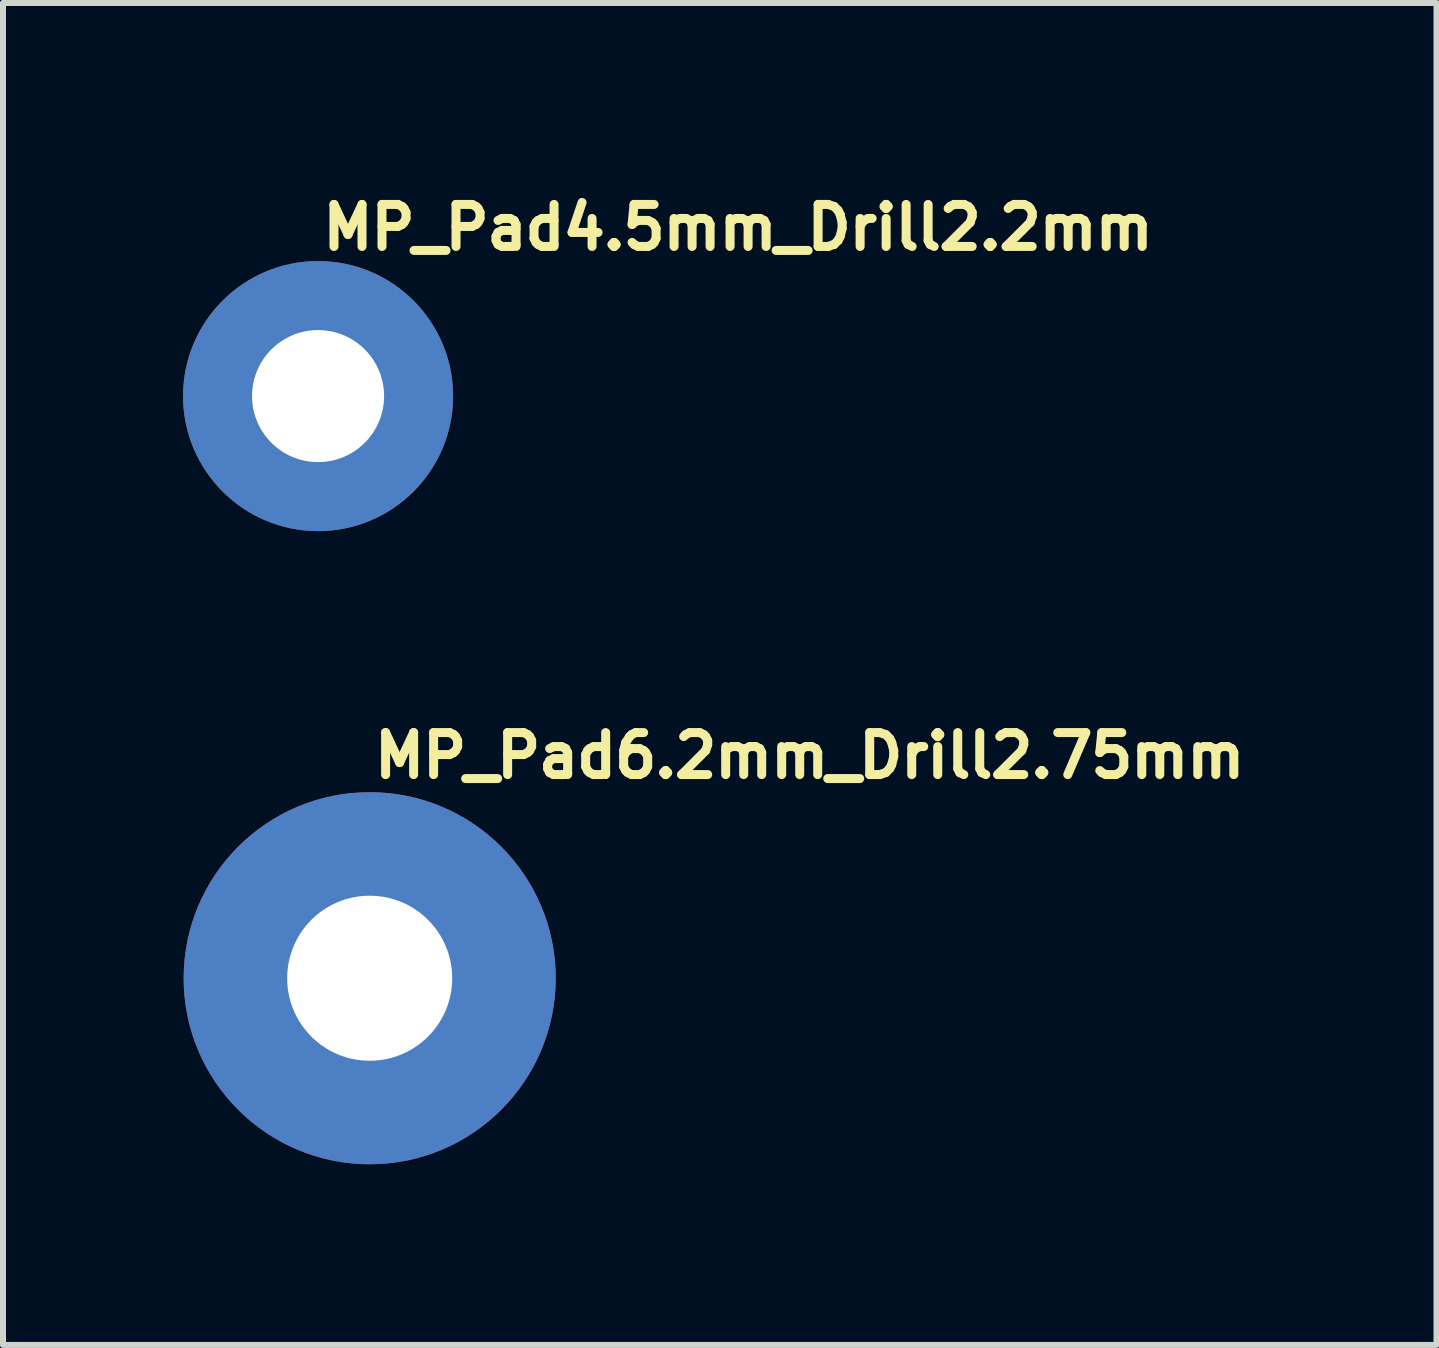
<source format=kicad_pcb>
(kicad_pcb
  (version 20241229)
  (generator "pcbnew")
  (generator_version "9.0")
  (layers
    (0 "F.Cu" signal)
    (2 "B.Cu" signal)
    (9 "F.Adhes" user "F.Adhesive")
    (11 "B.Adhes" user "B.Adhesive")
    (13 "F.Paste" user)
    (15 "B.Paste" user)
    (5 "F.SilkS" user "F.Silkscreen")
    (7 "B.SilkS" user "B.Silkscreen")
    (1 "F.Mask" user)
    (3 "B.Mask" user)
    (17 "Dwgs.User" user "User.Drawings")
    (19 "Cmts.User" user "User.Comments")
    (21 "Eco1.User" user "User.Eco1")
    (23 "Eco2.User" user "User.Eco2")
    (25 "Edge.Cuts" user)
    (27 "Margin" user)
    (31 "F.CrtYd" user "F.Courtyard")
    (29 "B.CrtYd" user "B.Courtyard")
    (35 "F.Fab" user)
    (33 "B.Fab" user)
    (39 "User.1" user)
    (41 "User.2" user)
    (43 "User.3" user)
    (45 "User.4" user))
  (footprint "MP_Pad4.5mm_Drill2.2mm"
    (layer "F.Cu")
    (at 2.25 3.55)
    (property "Reference" "MP_Pad4.5mm_Drill2.2mm" (at 0 -2.4 0) (layer "F.SilkS") (effects (font (size 0.7 0.7) (thickness 0.15)) (justify left bottom)))
    (attr exclude_from_pos_files exclude_from_bom)
    (pad "1" thru_hole circle (at 0 0) (size 4.5 4.5) (drill 2.2) (layers "*.Cu" "*.Mask")))
  (footprint "MP_Pad6.2mm_Drill2.75mm"
    (layer "F.Cu")
    (at 3.11 13.25)
    (property "Reference" "MP_Pad6.2mm_Drill2.75mm" (at 0 -3.3 0) (layer "F.SilkS") (effects (font (size 0.7 0.7) (thickness 0.15)) (justify left bottom)))
    (attr exclude_from_pos_files exclude_from_bom)
    (fp_circle (center 0 0) (end 3.048 0.1) (stroke (width 0.12) (type solid)) (fill no) (layer "User.5"))
    (pad "1" thru_hole circle (at 0 0) (size 6.2 6.2) (drill 2.75) (layers "*.Cu" "*.Mask")))
  (gr_rect
    (start -3 -3)
    (end 20.886 19.36)
    (stroke (width 0.1) (type default))
    (fill no)
    (layer "Edge.Cuts")))
</source>
